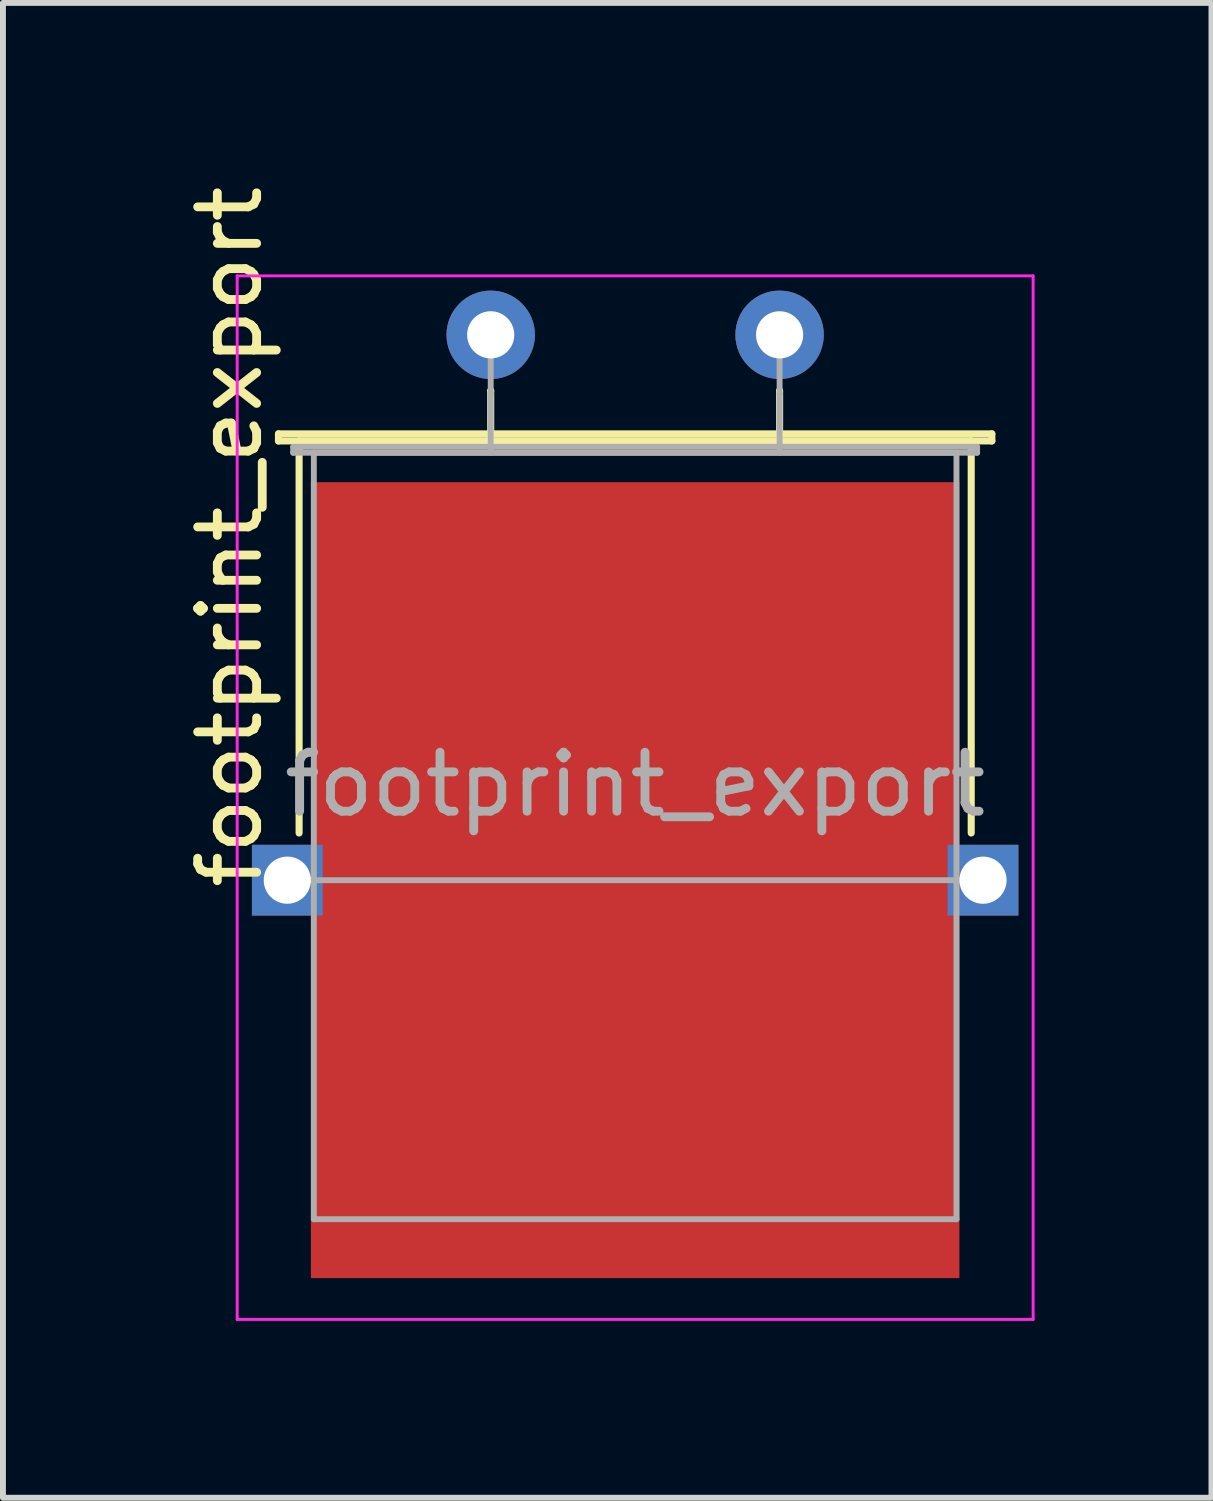
<source format=kicad_pcb>
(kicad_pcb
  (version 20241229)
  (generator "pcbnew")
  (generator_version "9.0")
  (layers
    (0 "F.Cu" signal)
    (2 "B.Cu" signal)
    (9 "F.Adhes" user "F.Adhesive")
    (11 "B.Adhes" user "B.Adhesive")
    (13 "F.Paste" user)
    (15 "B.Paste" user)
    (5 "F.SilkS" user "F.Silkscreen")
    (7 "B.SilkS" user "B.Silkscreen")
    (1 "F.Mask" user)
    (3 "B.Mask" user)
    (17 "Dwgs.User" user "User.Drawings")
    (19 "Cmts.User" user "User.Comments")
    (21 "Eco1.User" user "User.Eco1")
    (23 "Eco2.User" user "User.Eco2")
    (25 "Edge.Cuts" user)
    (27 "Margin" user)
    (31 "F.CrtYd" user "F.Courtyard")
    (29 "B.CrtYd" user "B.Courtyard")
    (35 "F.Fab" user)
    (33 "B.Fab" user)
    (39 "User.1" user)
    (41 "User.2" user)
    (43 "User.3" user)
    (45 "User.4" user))
  (footprint "footprint_export"
    (layer "F.Cu")
    (at 5.273 2.629)
    (property "Reference" "footprint_export" (at -4.425 3.425 90) (layer "F.SilkS") (effects (font (size 1 1) (thickness 0.15))))
    (attr through_hole)
    (fp_line (start -3.6 1.68) (end 8.5 1.68) (stroke (width 0.12) (type solid)) (layer "F.SilkS"))
    (fp_line (start -3.6 1.8) (end -3.6 1.68) (stroke (width 0.12) (type solid)) (layer "F.SilkS"))
    (fp_line (start -3.25 1.8) (end 8.15 1.8) (stroke (width 0.12) (type solid)) (layer "F.SilkS"))
    (fp_line (start -3.25 8.45) (end -3.25 1.8) (stroke (width 0.12) (type solid)) (layer "F.SilkS"))
    (fp_line (start 0 0.95) (end 0 0.95) (stroke (width 0.12) (type solid)) (layer "F.SilkS"))
    (fp_line (start 0 1.8) (end 0 0.95) (stroke (width 0.12) (type solid)) (layer "F.SilkS"))
    (fp_line (start 4.9 0.95) (end 4.9 0.95) (stroke (width 0.12) (type solid)) (layer "F.SilkS"))
    (fp_line (start 4.9 1.8) (end 4.9 0.95) (stroke (width 0.12) (type solid)) (layer "F.SilkS"))
    (fp_line (start 8.15 1.8) (end 8.15 8.45) (stroke (width 0.12) (type solid)) (layer "F.SilkS"))
    (fp_line (start 8.5 1.68) (end 8.5 1.8) (stroke (width 0.12) (type solid)) (layer "F.SilkS"))
    (fp_line (start 8.5 1.8) (end -3.6 1.8) (stroke (width 0.12) (type solid)) (layer "F.SilkS"))
    (fp_line (start -4.3 -1) (end -4.3 16.7) (stroke (width 0.05) (type solid)) (layer "F.CrtYd"))
    (fp_line (start -4.3 16.7) (end 9.2 16.7) (stroke (width 0.05) (type solid)) (layer "F.CrtYd"))
    (fp_line (start 9.2 -1) (end -4.3 -1) (stroke (width 0.05) (type solid)) (layer "F.CrtYd"))
    (fp_line (start 9.2 16.7) (end 9.2 -1) (stroke (width 0.05) (type solid)) (layer "F.CrtYd"))
    (fp_line (start -3.45 9.25) (end 8.35 9.25) (stroke (width 0.1) (type solid)) (layer "F.Fab"))
    (fp_line (start -3.35 1.9) (end 8.25 1.9) (stroke (width 0.1) (type solid)) (layer "F.Fab"))
    (fp_line (start -3.35 2) (end -3.35 1.9) (stroke (width 0.1) (type solid)) (layer "F.Fab"))
    (fp_line (start -3 2) (end -3 15) (stroke (width 0.1) (type solid)) (layer "F.Fab"))
    (fp_line (start -3 15) (end 7.9 15) (stroke (width 0.1) (type solid)) (layer "F.Fab"))
    (fp_line (start 0 1) (end 0 0) (stroke (width 0.1) (type solid)) (layer "F.Fab"))
    (fp_line (start 0 2) (end 0 1) (stroke (width 0.1) (type solid)) (layer "F.Fab"))
    (fp_line (start 4.9 1) (end 4.9 0) (stroke (width 0.1) (type solid)) (layer "F.Fab"))
    (fp_line (start 4.9 2) (end 4.9 1) (stroke (width 0.1) (type solid)) (layer "F.Fab"))
    (fp_line (start 7.9 2) (end -3 2) (stroke (width 0.1) (type solid)) (layer "F.Fab"))
    (fp_line (start 7.9 15) (end 7.9 2) (stroke (width 0.1) (type solid)) (layer "F.Fab"))
    (fp_line (start 8.25 1.9) (end 8.25 2) (stroke (width 0.1) (type solid)) (layer "F.Fab"))
    (fp_line (start 8.25 2) (end -3.35 2) (stroke (width 0.1) (type solid)) (layer "F.Fab"))
    (fp_text user "${REFERENCE}" (at 2.45 7.625 0) (layer "F.Fab") (effects (font (size 1 1) (thickness 0.15))))
    (pad "1" thru_hole circle (at 0 0) (size 1.5 1.5) (drill 0.8) (layers "*.Cu" "*.Mask"))
    (pad "2" thru_hole circle (at 4.9 0) (size 1.5 1.5) (drill 0.8) (layers "*.Cu" "*.Mask"))
    (pad "3" thru_hole rect (at -3.45 9.25) (size 1.2 1.2) (drill 0.8) (layers "*.Cu" "*.Mask"))
    (pad "3" smd rect (at 2.45 9.25) (size 11 13.5) (layers "F.Cu" "F.Mask" "F.Paste"))
    (pad "3" thru_hole rect (at 8.35 9.25) (size 1.2 1.2) (drill 0.8) (layers "*.Cu" "*.Mask")))
  (gr_rect
    (start -3 -3)
    (end 17.498 22.354)
    (stroke (width 0.1) (type default))
    (fill no)
    (layer "Edge.Cuts")))
</source>
